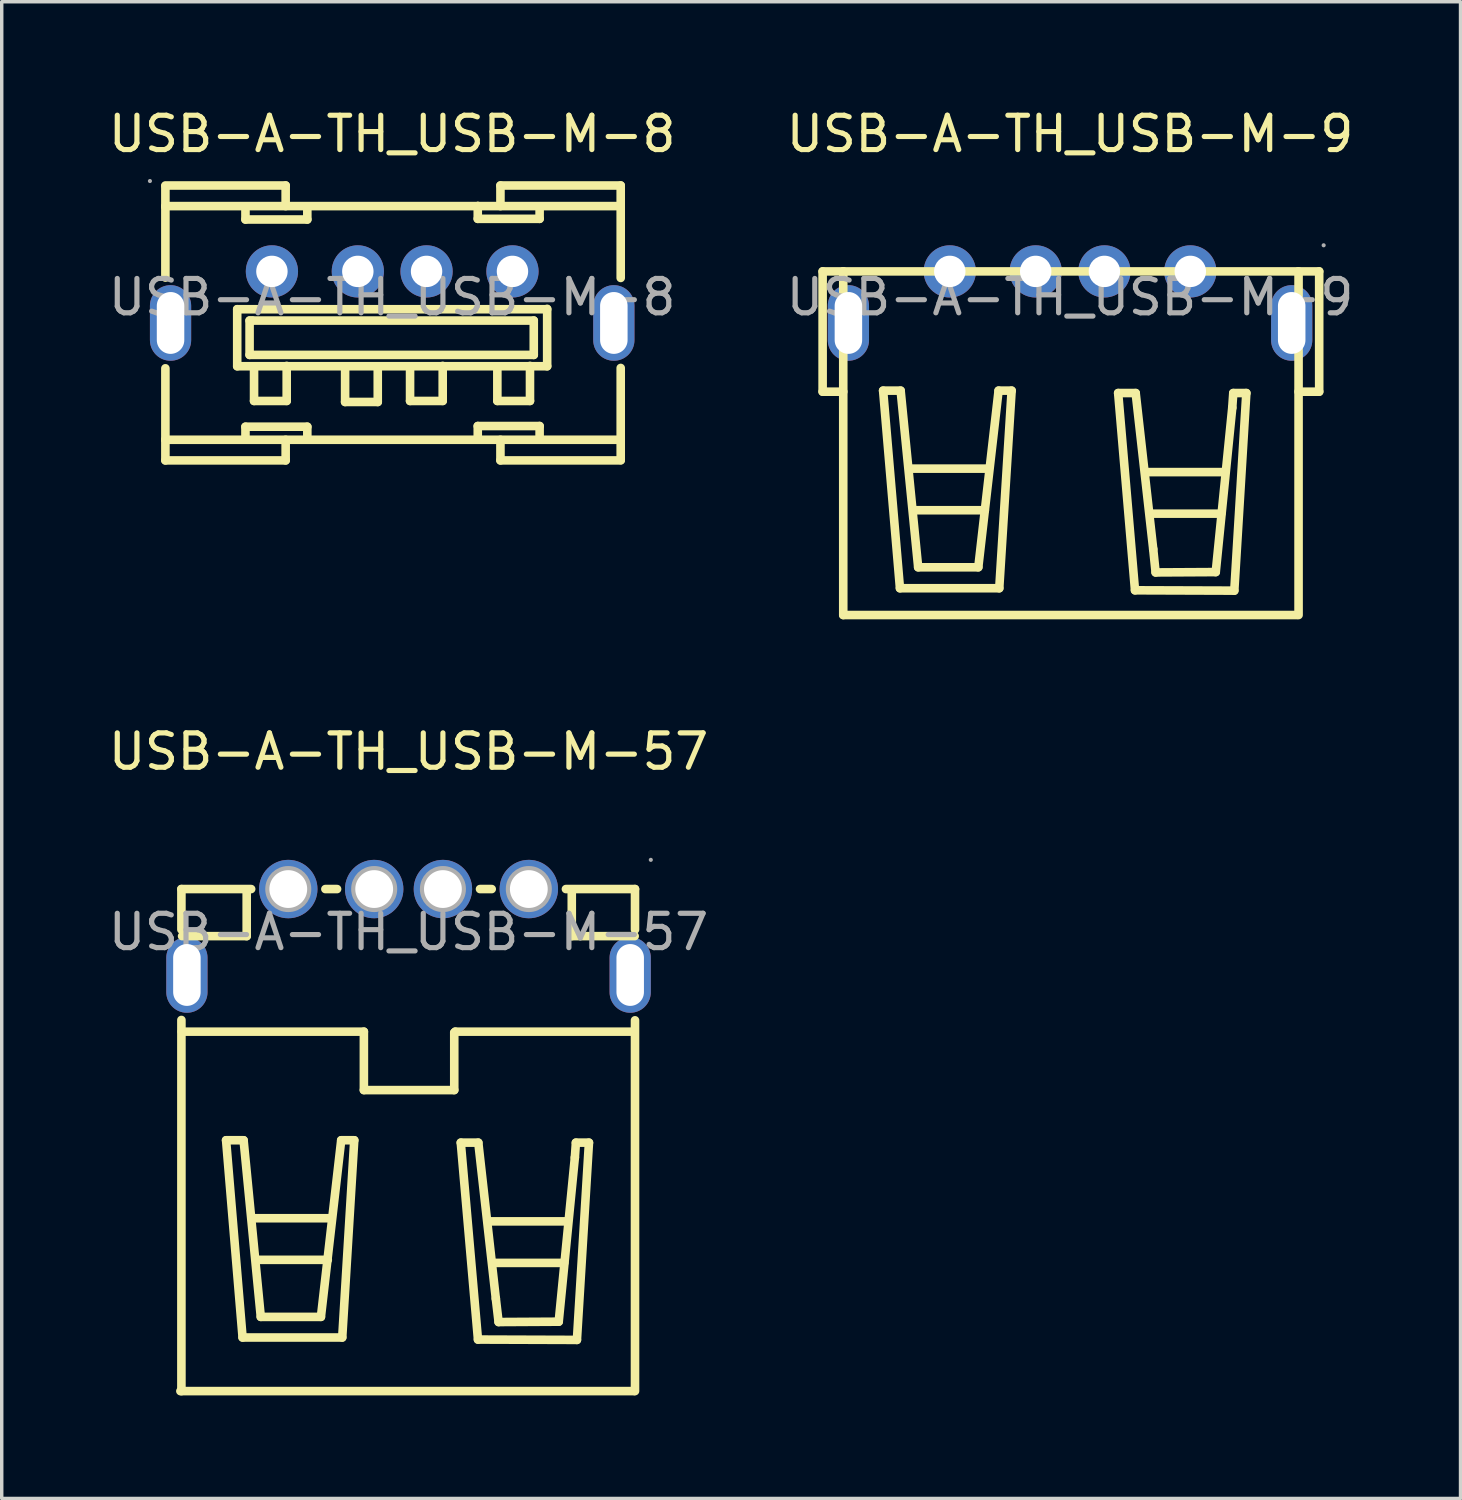
<source format=kicad_pcb>
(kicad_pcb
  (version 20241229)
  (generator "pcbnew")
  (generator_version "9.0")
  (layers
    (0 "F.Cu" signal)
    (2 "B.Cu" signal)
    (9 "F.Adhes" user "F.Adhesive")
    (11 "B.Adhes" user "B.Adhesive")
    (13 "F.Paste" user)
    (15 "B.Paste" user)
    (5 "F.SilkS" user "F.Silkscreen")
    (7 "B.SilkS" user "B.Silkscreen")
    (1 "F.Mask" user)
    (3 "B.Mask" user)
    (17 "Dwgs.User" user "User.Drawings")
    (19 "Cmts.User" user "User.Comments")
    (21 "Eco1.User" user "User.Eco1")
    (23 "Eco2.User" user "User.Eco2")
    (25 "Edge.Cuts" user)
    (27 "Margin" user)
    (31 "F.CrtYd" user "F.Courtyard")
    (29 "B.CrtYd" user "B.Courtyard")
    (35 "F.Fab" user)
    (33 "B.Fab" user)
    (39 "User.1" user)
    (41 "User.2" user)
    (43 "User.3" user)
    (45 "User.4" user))
  (footprint "USB-A-TH_USB-M-9"
    (layer "F.Cu")
    (at 28.089 5.598)
    (property "Reference" "USB-A-TH_USB-M-9" (at 0 -4.75 0) (layer "F.SilkS") (effects (font (size 1 1) (thickness 0.15))))
    (attr through_hole)
    (fp_line (start -7.2 2.75) (end -7.2 -0.75) (stroke (width 0.25) (type solid)) (layer "F.SilkS"))
    (fp_line (start -6.6 -0.75) (end -7.2 -0.75) (stroke (width 0.25) (type solid)) (layer "F.SilkS"))
    (fp_line (start -6.6 -0.75) (end -6.6 9.25) (stroke (width 0.25) (type solid)) (layer "F.SilkS"))
    (fp_line (start -6.6 -0.75) (end 6.6 -0.75) (stroke (width 0.25) (type solid)) (layer "F.SilkS"))
    (fp_line (start -6.6 2.75) (end -7.2 2.75) (stroke (width 0.25) (type solid)) (layer "F.SilkS"))
    (fp_line (start -6.6 9.25) (end 6.6 9.25) (stroke (width 0.25) (type solid)) (layer "F.SilkS"))
    (fp_line (start -5.44 2.72) (end -4.93 2.72) (stroke (width 0.25) (type solid)) (layer "F.SilkS"))
    (fp_line (start -4.95 8.47) (end -5.44 2.72) (stroke (width 0.25) (type solid)) (layer "F.SilkS"))
    (fp_line (start -4.93 2.72) (end -4.42 7.86) (stroke (width 0.25) (type solid)) (layer "F.SilkS"))
    (fp_line (start -4.65 4.99) (end -2.39 4.99) (stroke (width 0.25) (type solid)) (layer "F.SilkS"))
    (fp_line (start -4.51 6.2) (end -2.48 6.2) (stroke (width 0.25) (type solid)) (layer "F.SilkS"))
    (fp_line (start -4.42 7.86) (end -2.67 7.86) (stroke (width 0.25) (type solid)) (layer "F.SilkS"))
    (fp_line (start -2.67 7.86) (end -2.08 2.72) (stroke (width 0.25) (type solid)) (layer "F.SilkS"))
    (fp_line (start -2.08 2.72) (end -1.7 2.72) (stroke (width 0.25) (type solid)) (layer "F.SilkS"))
    (fp_line (start -2.06 8.47) (end -4.95 8.47) (stroke (width 0.25) (type solid)) (layer "F.SilkS"))
    (fp_line (start -1.7 2.72) (end -2.06 8.47) (stroke (width 0.25) (type solid)) (layer "F.SilkS"))
    (fp_line (start 1.4 2.79) (end 1.91 2.79) (stroke (width 0.25) (type solid)) (layer "F.SilkS"))
    (fp_line (start 1.89 8.53) (end 1.4 2.79) (stroke (width 0.25) (type solid)) (layer "F.SilkS"))
    (fp_line (start 1.91 2.79) (end 2.42 7.33) (stroke (width 0.25) (type solid)) (layer "F.SilkS"))
    (fp_line (start 2.23 5.09) (end 4.49 5.09) (stroke (width 0.25) (type solid)) (layer "F.SilkS"))
    (fp_line (start 2.37 6.3) (end 4.4 6.3) (stroke (width 0.25) (type solid)) (layer "F.SilkS"))
    (fp_line (start 2.42 7.33) (end 2.49 8.01) (stroke (width 0.25) (type solid)) (layer "F.SilkS"))
    (fp_line (start 2.49 8.01) (end 4.24 8) (stroke (width 0.25) (type solid)) (layer "F.SilkS"))
    (fp_line (start 4.24 8) (end 4.72 3.22) (stroke (width 0.25) (type solid)) (layer "F.SilkS"))
    (fp_line (start 4.72 3.22) (end 4.75 2.79) (stroke (width 0.25) (type solid)) (layer "F.SilkS"))
    (fp_line (start 4.75 2.79) (end 5.13 2.79) (stroke (width 0.25) (type solid)) (layer "F.SilkS"))
    (fp_line (start 4.78 8.54) (end 1.89 8.53) (stroke (width 0.25) (type solid)) (layer "F.SilkS"))
    (fp_line (start 5.13 2.79) (end 4.78 8.54) (stroke (width 0.25) (type solid)) (layer "F.SilkS"))
    (fp_line (start 6.65 -0.75) (end 6.65 9.25) (stroke (width 0.25) (type solid)) (layer "F.SilkS"))
    (fp_line (start 6.65 -0.75) (end 7.25 -0.75) (stroke (width 0.25) (type solid)) (layer "F.SilkS"))
    (fp_line (start 6.65 2.75) (end 7.25 2.75) (stroke (width 0.25) (type solid)) (layer "F.SilkS"))
    (fp_line (start 7.25 -0.75) (end 7.25 2.75) (stroke (width 0.25) (type solid)) (layer "F.SilkS"))
    (fp_circle (center -3.5 -0.75) (end -3.32 -0.75) (stroke (width 0.36) (type solid)) (fill no) (layer "F.Fab"))
    (fp_circle (center -1 -0.75) (end -0.82 -0.75) (stroke (width 0.36) (type solid)) (fill no) (layer "F.Fab"))
    (fp_circle (center 1 -0.75) (end 1.18 -0.75) (stroke (width 0.36) (type solid)) (fill no) (layer "F.Fab"))
    (fp_circle (center 3.5 -0.75) (end 3.68 -0.75) (stroke (width 0.36) (type solid)) (fill no) (layer "F.Fab"))
    (fp_circle (center 7.38 -1.51) (end 7.41 -1.51) (stroke (width 0.06) (type solid)) (fill no) (layer "F.Fab"))
    (fp_text user "${REFERENCE}" (at 0 0 0) (layer "F.Fab") (effects (font (size 1 1) (thickness 0.15))))
    (pad "1" thru_hole circle (at 3.5 -0.75) (size 1.52 1.52) (drill 0.914) (layers "*.Cu" "*.Paste" "*.Mask"))
    (pad "2" thru_hole circle (at 1 -0.75) (size 1.52 1.52) (drill 0.914) (layers "*.Cu" "*.Paste" "*.Mask"))
    (pad "3" thru_hole circle (at -1 -0.75) (size 1.52 1.52) (drill 0.914) (layers "*.Cu" "*.Paste" "*.Mask"))
    (pad "4" thru_hole circle (at -3.5 -0.75) (size 1.52 1.52) (drill 0.914) (layers "*.Cu" "*.Paste" "*.Mask"))
    (pad "5" thru_hole oval (at -6.45 0.75 270) (size 2.2 1.2) (drill oval 1.8 0.8) (layers "*.Cu" "*.Paste" "*.Mask"))
    (pad "6" thru_hole oval (at 6.45 0.75 90) (size 2.2 1.2) (drill oval 1.8 0.8) (layers "*.Cu" "*.Paste" "*.Mask")))
  (footprint "USB-A-TH_USB-M-57"
    (layer "F.Cu")
    (at 8.839 24.072)
    (property "Reference" "USB-A-TH_USB-M-57" (at 0 -5.25 0) (layer "F.SilkS") (effects (font (size 1 1) (thickness 0.15))))
    (attr through_hole)
    (fp_line (start -6.64 13.36) (end 6.56 13.36) (stroke (width 0.25) (type solid)) (layer "F.SilkS"))
    (fp_line (start -6.61 -1.25) (end -6.61 -0.07) (stroke (width 0.25) (type solid)) (layer "F.SilkS"))
    (fp_line (start -6.61 -1.25) (end -4.58 -1.25) (stroke (width 0.25) (type solid)) (layer "F.SilkS"))
    (fp_line (start -6.61 2.56) (end -6.61 13.36) (stroke (width 0.25) (type solid)) (layer "F.SilkS"))
    (fp_line (start -6.6 2.9) (end -1.3 2.9) (stroke (width 0.25) (type solid)) (layer "F.SilkS"))
    (fp_line (start -5.31 6.06) (end -4.8 6.06) (stroke (width 0.25) (type solid)) (layer "F.SilkS"))
    (fp_line (start -4.83 11.8) (end -5.31 6.06) (stroke (width 0.25) (type solid)) (layer "F.SilkS"))
    (fp_line (start -4.8 6.06) (end -4.3 11.2) (stroke (width 0.25) (type solid)) (layer "F.SilkS"))
    (fp_line (start -4.71 -1.23) (end -4.71 0.12) (stroke (width 0.25) (type solid)) (layer "F.SilkS"))
    (fp_line (start -4.71 0.12) (end -6.59 0.12) (stroke (width 0.25) (type solid)) (layer "F.SilkS"))
    (fp_line (start -4.52 8.33) (end -2.26 8.33) (stroke (width 0.25) (type solid)) (layer "F.SilkS"))
    (fp_line (start -4.38 9.54) (end -2.35 9.54) (stroke (width 0.25) (type solid)) (layer "F.SilkS"))
    (fp_line (start -4.3 11.2) (end -2.55 11.2) (stroke (width 0.25) (type solid)) (layer "F.SilkS"))
    (fp_line (start -2.55 11.2) (end -1.96 6.06) (stroke (width 0.25) (type solid)) (layer "F.SilkS"))
    (fp_line (start -2.42 -1.25) (end -2.08 -1.25) (stroke (width 0.25) (type solid)) (layer "F.SilkS"))
    (fp_line (start -1.96 6.06) (end -1.58 6.06) (stroke (width 0.25) (type solid)) (layer "F.SilkS"))
    (fp_line (start -1.93 11.8) (end -4.83 11.8) (stroke (width 0.25) (type solid)) (layer "F.SilkS"))
    (fp_line (start -1.58 6.06) (end -1.93 11.8) (stroke (width 0.25) (type solid)) (layer "F.SilkS"))
    (fp_line (start -1.3 2.9) (end -1.3 4.6) (stroke (width 0.25) (type solid)) (layer "F.SilkS"))
    (fp_line (start -1.3 4.6) (end 1.33 4.6) (stroke (width 0.25) (type solid)) (layer "F.SilkS"))
    (fp_line (start 1.33 2.93) (end 1.36 2.9) (stroke (width 0.25) (type solid)) (layer "F.SilkS"))
    (fp_line (start 1.33 4.6) (end 1.33 2.93) (stroke (width 0.25) (type solid)) (layer "F.SilkS"))
    (fp_line (start 1.36 2.9) (end 6.54 2.9) (stroke (width 0.25) (type solid)) (layer "F.SilkS"))
    (fp_line (start 1.52 6.13) (end 2.03 6.13) (stroke (width 0.25) (type solid)) (layer "F.SilkS"))
    (fp_line (start 2.02 11.86) (end 1.52 6.13) (stroke (width 0.25) (type solid)) (layer "F.SilkS"))
    (fp_line (start 2.03 6.13) (end 2.54 10.67) (stroke (width 0.25) (type solid)) (layer "F.SilkS"))
    (fp_line (start 2.08 -1.25) (end 2.42 -1.25) (stroke (width 0.25) (type solid)) (layer "F.SilkS"))
    (fp_line (start 2.36 8.42) (end 4.62 8.42) (stroke (width 0.25) (type solid)) (layer "F.SilkS"))
    (fp_line (start 2.5 9.63) (end 4.53 9.63) (stroke (width 0.25) (type solid)) (layer "F.SilkS"))
    (fp_line (start 2.54 10.67) (end 2.62 11.35) (stroke (width 0.25) (type solid)) (layer "F.SilkS"))
    (fp_line (start 2.62 11.35) (end 4.37 11.34) (stroke (width 0.25) (type solid)) (layer "F.SilkS"))
    (fp_line (start 4.37 11.34) (end 4.84 6.56) (stroke (width 0.25) (type solid)) (layer "F.SilkS"))
    (fp_line (start 4.58 -1.25) (end 6.59 -1.25) (stroke (width 0.25) (type solid)) (layer "F.SilkS"))
    (fp_line (start 4.75 -1.23) (end 4.75 0.12) (stroke (width 0.25) (type solid)) (layer "F.SilkS"))
    (fp_line (start 4.75 0.12) (end 6.58 0.12) (stroke (width 0.25) (type solid)) (layer "F.SilkS"))
    (fp_line (start 4.84 6.56) (end 4.87 6.13) (stroke (width 0.25) (type solid)) (layer "F.SilkS"))
    (fp_line (start 4.87 6.13) (end 5.25 6.13) (stroke (width 0.25) (type solid)) (layer "F.SilkS"))
    (fp_line (start 4.9 11.87) (end 2.02 11.86) (stroke (width 0.25) (type solid)) (layer "F.SilkS"))
    (fp_line (start 5.25 6.13) (end 4.9 11.87) (stroke (width 0.25) (type solid)) (layer "F.SilkS"))
    (fp_line (start 6.54 2.9) (end 6.57 2.87) (stroke (width 0.25) (type solid)) (layer "F.SilkS"))
    (fp_line (start 6.59 -1.25) (end 6.59 -0.07) (stroke (width 0.25) (type solid)) (layer "F.SilkS"))
    (fp_line (start 6.59 2.57) (end 6.59 13.36) (stroke (width 0.25) (type solid)) (layer "F.SilkS"))
    (fp_circle (center -3.5 -1.25) (end -3.28 -1.25) (stroke (width 0.45) (type solid)) (fill no) (layer "F.Fab"))
    (fp_circle (center -1 -1.25) (end -0.78 -1.25) (stroke (width 0.45) (type solid)) (fill no) (layer "F.Fab"))
    (fp_circle (center 1 -1.25) (end 1.22 -1.25) (stroke (width 0.45) (type solid)) (fill no) (layer "F.Fab"))
    (fp_circle (center 3.5 -1.25) (end 3.72 -1.25) (stroke (width 0.45) (type solid)) (fill no) (layer "F.Fab"))
    (fp_circle (center 7.05 -2.1) (end 7.08 -2.1) (stroke (width 0.06) (type solid)) (fill no) (layer "F.Fab"))
    (fp_text user "${REFERENCE}" (at 0 0 0) (layer "F.Fab") (effects (font (size 1 1) (thickness 0.15))))
    (pad "1" thru_hole circle (at 3.5 -1.25) (size 1.7 1.7) (drill 1.1) (layers "*.Cu" "*.Paste" "*.Mask"))
    (pad "2" thru_hole circle (at 1 -1.25) (size 1.7 1.7) (drill 1.1) (layers "*.Cu" "*.Paste" "*.Mask"))
    (pad "3" thru_hole circle (at -1 -1.25) (size 1.7 1.7) (drill 1.1) (layers "*.Cu" "*.Paste" "*.Mask"))
    (pad "4" thru_hole circle (at -3.5 -1.25) (size 1.7 1.7) (drill 1.1) (layers "*.Cu" "*.Paste" "*.Mask"))
    (pad "5" thru_hole oval (at -6.45 1.25 270) (size 2.2 1.2) (drill oval 1.8 0.8) (layers "*.Cu" "*.Paste" "*.Mask"))
    (pad "6" thru_hole oval (at 6.45 1.25 90) (size 2.2 1.2) (drill oval 1.8 0.8) (layers "*.Cu" "*.Paste" "*.Mask")))
  (footprint "USB-A-TH_USB-M-8"
    (layer "F.Cu")
    (at 8.363 5.598)
    (property "Reference" "USB-A-TH_USB-M-8" (at 0 -4.75 0) (layer "F.SilkS") (effects (font (size 1 1) (thickness 0.15))))
    (attr through_hole)
    (fp_line (start -6.6 -3.25) (end -3.1 -3.25) (stroke (width 0.25) (type solid)) (layer "F.SilkS"))
    (fp_line (start -6.6 -2.65) (end 6.6 -2.65) (stroke (width 0.25) (type solid)) (layer "F.SilkS"))
    (fp_line (start -6.6 -2.63) (end -6.6 -3.23) (stroke (width 0.25) (type solid)) (layer "F.SilkS"))
    (fp_line (start -6.6 -2.63) (end -6.6 -0.57) (stroke (width 0.25) (type solid)) (layer "F.SilkS"))
    (fp_line (start -6.6 2.07) (end -6.6 4.15) (stroke (width 0.25) (type solid)) (layer "F.SilkS"))
    (fp_line (start -6.6 4.15) (end -6.6 4.75) (stroke (width 0.25) (type solid)) (layer "F.SilkS"))
    (fp_line (start -6.6 4.15) (end 6.6 4.15) (stroke (width 0.25) (type solid)) (layer "F.SilkS"))
    (fp_line (start -4.51 0.35) (end 4.51 0.35) (stroke (width 0.25) (type solid)) (layer "F.SilkS"))
    (fp_line (start -4.51 2.01) (end -4.51 0.35) (stroke (width 0.25) (type solid)) (layer "F.SilkS"))
    (fp_line (start -4.27 -2.63) (end -4.26 -2.63) (stroke (width 0.25) (type solid)) (layer "F.SilkS"))
    (fp_line (start -4.27 -2.26) (end -4.27 -2.63) (stroke (width 0.25) (type solid)) (layer "F.SilkS"))
    (fp_line (start -4.27 3.77) (end -2.47 3.77) (stroke (width 0.25) (type solid)) (layer "F.SilkS"))
    (fp_line (start -4.27 4.11) (end -4.27 3.77) (stroke (width 0.25) (type solid)) (layer "F.SilkS"))
    (fp_line (start -4.26 -2.63) (end -4.27 -2.63) (stroke (width 0.25) (type solid)) (layer "F.SilkS"))
    (fp_line (start -4.15 0.68) (end -4.07 0.68) (stroke (width 0.25) (type solid)) (layer "F.SilkS"))
    (fp_line (start -4.15 1.68) (end -4.15 0.68) (stroke (width 0.25) (type solid)) (layer "F.SilkS"))
    (fp_line (start -4.06 0.68) (end 4.12 0.68) (stroke (width 0.25) (type solid)) (layer "F.SilkS"))
    (fp_line (start -4.02 3.02) (end -4.02 2.01) (stroke (width 0.25) (type solid)) (layer "F.SilkS"))
    (fp_line (start -3.1 -2.65) (end -3.1 -3.25) (stroke (width 0.25) (type solid)) (layer "F.SilkS"))
    (fp_line (start -3.1 4.15) (end -3.1 4.75) (stroke (width 0.25) (type solid)) (layer "F.SilkS"))
    (fp_line (start -3.1 4.75) (end -6.6 4.75) (stroke (width 0.25) (type solid)) (layer "F.SilkS"))
    (fp_line (start -3.07 2) (end -3.07 3.02) (stroke (width 0.25) (type solid)) (layer "F.SilkS"))
    (fp_line (start -3.07 3.02) (end -4.02 3.02) (stroke (width 0.25) (type solid)) (layer "F.SilkS"))
    (fp_line (start -2.48 4.14) (end -2.47 4.14) (stroke (width 0.25) (type solid)) (layer "F.SilkS"))
    (fp_line (start -2.47 -2.6) (end -2.47 -2.26) (stroke (width 0.25) (type solid)) (layer "F.SilkS"))
    (fp_line (start -2.47 -2.26) (end -4.27 -2.26) (stroke (width 0.25) (type solid)) (layer "F.SilkS"))
    (fp_line (start -2.47 3.77) (end -2.47 4.14) (stroke (width 0.25) (type solid)) (layer "F.SilkS"))
    (fp_line (start -2.47 4.14) (end -2.48 4.14) (stroke (width 0.25) (type solid)) (layer "F.SilkS"))
    (fp_line (start -1.37 3.05) (end -1.37 2.04) (stroke (width 0.25) (type solid)) (layer "F.SilkS"))
    (fp_line (start -0.42 2.03) (end -0.42 3.05) (stroke (width 0.25) (type solid)) (layer "F.SilkS"))
    (fp_line (start -0.42 3.05) (end -1.37 3.05) (stroke (width 0.25) (type solid)) (layer "F.SilkS"))
    (fp_line (start 0.52 3.02) (end 0.52 2.01) (stroke (width 0.25) (type solid)) (layer "F.SilkS"))
    (fp_line (start 1.47 2) (end 1.47 3.02) (stroke (width 0.25) (type solid)) (layer "F.SilkS"))
    (fp_line (start 1.47 3.02) (end 0.52 3.02) (stroke (width 0.25) (type solid)) (layer "F.SilkS"))
    (fp_line (start 2.49 -2.65) (end 2.5 -2.65) (stroke (width 0.25) (type solid)) (layer "F.SilkS"))
    (fp_line (start 2.49 -2.28) (end 2.49 -2.65) (stroke (width 0.25) (type solid)) (layer "F.SilkS"))
    (fp_line (start 2.49 3.75) (end 4.29 3.75) (stroke (width 0.25) (type solid)) (layer "F.SilkS"))
    (fp_line (start 2.49 4.09) (end 2.49 3.75) (stroke (width 0.25) (type solid)) (layer "F.SilkS"))
    (fp_line (start 2.5 -2.65) (end 2.49 -2.65) (stroke (width 0.25) (type solid)) (layer "F.SilkS"))
    (fp_line (start 3.06 3.02) (end 3.06 2.01) (stroke (width 0.25) (type solid)) (layer "F.SilkS"))
    (fp_line (start 3.15 -3.25) (end 6.65 -3.25) (stroke (width 0.25) (type solid)) (layer "F.SilkS"))
    (fp_line (start 3.15 -2.65) (end 3.15 -3.25) (stroke (width 0.25) (type solid)) (layer "F.SilkS"))
    (fp_line (start 3.15 4.15) (end 3.15 4.75) (stroke (width 0.25) (type solid)) (layer "F.SilkS"))
    (fp_line (start 4.01 2) (end 4.01 3.02) (stroke (width 0.25) (type solid)) (layer "F.SilkS"))
    (fp_line (start 4.01 3.02) (end 3.06 3.02) (stroke (width 0.25) (type solid)) (layer "F.SilkS"))
    (fp_line (start 4.12 0.68) (end 4.12 1.68) (stroke (width 0.25) (type solid)) (layer "F.SilkS"))
    (fp_line (start 4.12 1.68) (end -4.15 1.68) (stroke (width 0.25) (type solid)) (layer "F.SilkS"))
    (fp_line (start 4.28 4.12) (end 4.29 4.12) (stroke (width 0.25) (type solid)) (layer "F.SilkS"))
    (fp_line (start 4.29 -2.62) (end 4.29 -2.28) (stroke (width 0.25) (type solid)) (layer "F.SilkS"))
    (fp_line (start 4.29 -2.28) (end 2.49 -2.28) (stroke (width 0.25) (type solid)) (layer "F.SilkS"))
    (fp_line (start 4.29 3.75) (end 4.29 4.12) (stroke (width 0.25) (type solid)) (layer "F.SilkS"))
    (fp_line (start 4.29 4.12) (end 4.28 4.12) (stroke (width 0.25) (type solid)) (layer "F.SilkS"))
    (fp_line (start 4.51 0.34) (end 4.51 2.01) (stroke (width 0.25) (type solid)) (layer "F.SilkS"))
    (fp_line (start 4.51 2.01) (end -4.51 2.01) (stroke (width 0.25) (type solid)) (layer "F.SilkS"))
    (fp_line (start 6.65 -2.65) (end 6.65 -3.25) (stroke (width 0.25) (type solid)) (layer "F.SilkS"))
    (fp_line (start 6.65 -2.65) (end 6.65 -0.56) (stroke (width 0.25) (type solid)) (layer "F.SilkS"))
    (fp_line (start 6.65 2.06) (end 6.65 4.14) (stroke (width 0.25) (type solid)) (layer "F.SilkS"))
    (fp_line (start 6.65 4.14) (end 6.65 4.74) (stroke (width 0.25) (type solid)) (layer "F.SilkS"))
    (fp_line (start 6.65 4.75) (end 3.15 4.75) (stroke (width 0.25) (type solid)) (layer "F.SilkS"))
    (fp_circle (center -7.05 -3.38) (end -7.02 -3.38) (stroke (width 0.06) (type solid)) (fill no) (layer "F.Fab"))
    (fp_circle (center -3.5 -0.75) (end -3.32 -0.75) (stroke (width 0.36) (type solid)) (fill no) (layer "F.Fab"))
    (fp_circle (center -1 -0.75) (end -0.82 -0.75) (stroke (width 0.36) (type solid)) (fill no) (layer "F.Fab"))
    (fp_circle (center 1 -0.75) (end 1.18 -0.75) (stroke (width 0.36) (type solid)) (fill no) (layer "F.Fab"))
    (fp_circle (center 3.5 -0.75) (end 3.68 -0.75) (stroke (width 0.36) (type solid)) (fill no) (layer "F.Fab"))
    (fp_text user "${REFERENCE}" (at 0 0 0) (layer "F.Fab") (effects (font (size 1 1) (thickness 0.15))))
    (pad "1" thru_hole circle (at -3.5 -0.75) (size 1.52 1.52) (drill 0.914) (layers "*.Cu" "*.Paste" "*.Mask"))
    (pad "2" thru_hole circle (at -1 -0.75) (size 1.52 1.52) (drill 0.914) (layers "*.Cu" "*.Paste" "*.Mask"))
    (pad "3" thru_hole circle (at 1 -0.75) (size 1.52 1.52) (drill 0.914) (layers "*.Cu" "*.Paste" "*.Mask"))
    (pad "4" thru_hole circle (at 3.5 -0.75) (size 1.52 1.52) (drill 0.914) (layers "*.Cu" "*.Paste" "*.Mask"))
    (pad "5" thru_hole oval (at -6.45 0.75 270) (size 2.2 1.2) (drill oval 1.8 0.8) (layers "*.Cu" "*.Paste" "*.Mask"))
    (pad "6" thru_hole oval (at 6.45 0.75 90) (size 2.2 1.2) (drill oval 1.8 0.8) (layers "*.Cu" "*.Paste" "*.Mask")))
  (gr_rect
    (start -3 -3)
    (end 39.452 40.556)
    (stroke (width 0.1) (type default))
    (fill no)
    (layer "Edge.Cuts")))
</source>
